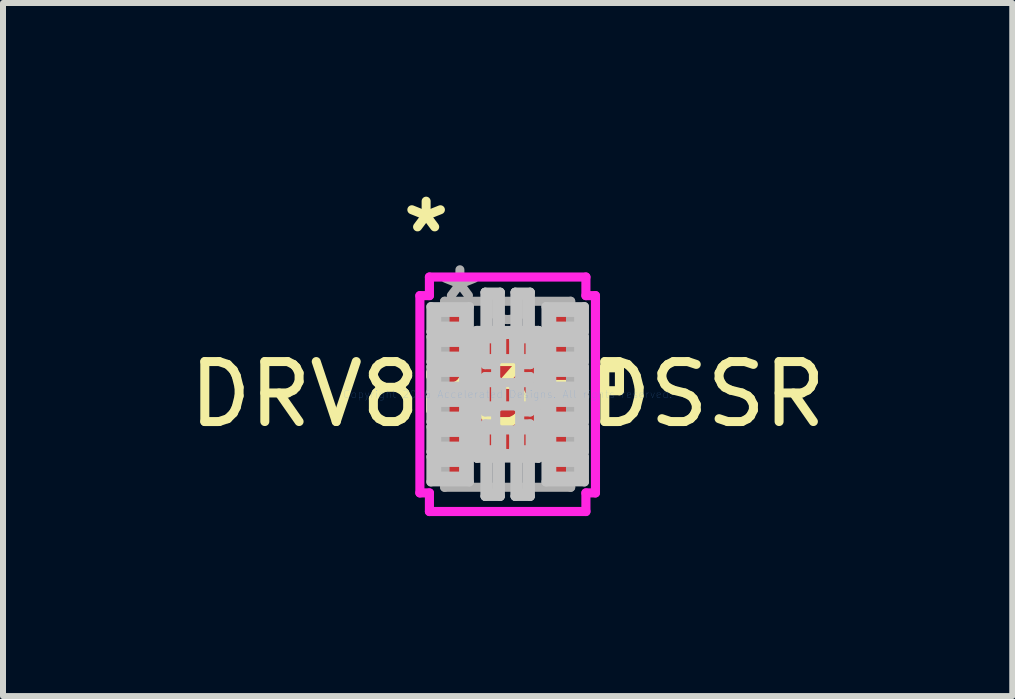
<source format=kicad_pcb>
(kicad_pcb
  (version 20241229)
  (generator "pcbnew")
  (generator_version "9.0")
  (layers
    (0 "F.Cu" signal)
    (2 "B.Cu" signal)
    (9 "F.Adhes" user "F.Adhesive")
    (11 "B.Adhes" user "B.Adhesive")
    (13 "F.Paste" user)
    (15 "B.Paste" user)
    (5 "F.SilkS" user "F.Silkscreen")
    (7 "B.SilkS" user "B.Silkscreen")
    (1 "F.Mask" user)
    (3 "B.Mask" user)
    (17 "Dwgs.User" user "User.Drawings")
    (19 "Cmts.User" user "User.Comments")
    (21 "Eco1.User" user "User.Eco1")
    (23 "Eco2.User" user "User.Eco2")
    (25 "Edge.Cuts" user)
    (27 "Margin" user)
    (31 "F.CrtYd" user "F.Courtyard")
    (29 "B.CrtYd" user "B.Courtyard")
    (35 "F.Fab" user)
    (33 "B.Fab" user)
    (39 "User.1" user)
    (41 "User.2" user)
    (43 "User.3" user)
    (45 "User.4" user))
  (footprint "DRV8835DSSR"
    (layer "F.Cu")
    (at 5.411 3.521)
    (property "Reference" "DRV8835DSSR" (at 0 0 0) (layer "F.SilkS") (effects (font (size 1 1) (thickness 0.15))))
    (attr through_hole)
    (fp_line (start 1.609 -0.441) (end 1.863 -0.441) (stroke (width 0.152) (type solid)) (layer "F.SilkS"))
    (fp_line (start 1.609 -0.059) (end 1.609 -0.441) (stroke (width 0.152) (type solid)) (layer "F.SilkS"))
    (fp_line (start 1.863 -0.441) (end 1.863 -0.059) (stroke (width 0.152) (type solid)) (layer "F.SilkS"))
    (fp_line (start 1.863 -0.059) (end 1.609 -0.059) (stroke (width 0.152) (type solid)) (layer "F.SilkS"))
    (fp_line (start -1.279 -1.46) (end -1.279 -1.04) (stroke (width 0.152) (type solid)) (layer "Dwgs.User"))
    (fp_line (start -1.279 -1.04) (end -0.639 -1.04) (stroke (width 0.152) (type solid)) (layer "Dwgs.User"))
    (fp_line (start -1.279 -0.96) (end -1.279 -0.54) (stroke (width 0.152) (type solid)) (layer "Dwgs.User"))
    (fp_line (start -1.279 -0.54) (end -0.639 -0.54) (stroke (width 0.152) (type solid)) (layer "Dwgs.User"))
    (fp_line (start -1.279 -0.46) (end -1.279 -0.04) (stroke (width 0.152) (type solid)) (layer "Dwgs.User"))
    (fp_line (start -1.279 -0.04) (end -0.639 -0.04) (stroke (width 0.152) (type solid)) (layer "Dwgs.User"))
    (fp_line (start -1.279 0.04) (end -1.279 0.46) (stroke (width 0.152) (type solid)) (layer "Dwgs.User"))
    (fp_line (start -1.279 0.46) (end -0.639 0.46) (stroke (width 0.152) (type solid)) (layer "Dwgs.User"))
    (fp_line (start -1.279 0.54) (end -1.279 0.96) (stroke (width 0.152) (type solid)) (layer "Dwgs.User"))
    (fp_line (start -1.279 0.96) (end -0.639 0.96) (stroke (width 0.152) (type solid)) (layer "Dwgs.User"))
    (fp_line (start -1.279 1.04) (end -1.279 1.46) (stroke (width 0.152) (type solid)) (layer "Dwgs.User"))
    (fp_line (start -1.279 1.46) (end -0.639 1.46) (stroke (width 0.152) (type solid)) (layer "Dwgs.User"))
    (fp_line (start -1.184 -1.365) (end -1.184 -1.135) (stroke (width 0.152) (type solid)) (layer "Dwgs.User"))
    (fp_line (start -1.184 -1.135) (end -0.734 -1.135) (stroke (width 0.152) (type solid)) (layer "Dwgs.User"))
    (fp_line (start -1.184 -0.865) (end -1.184 -0.635) (stroke (width 0.152) (type solid)) (layer "Dwgs.User"))
    (fp_line (start -1.184 -0.635) (end -0.734 -0.635) (stroke (width 0.152) (type solid)) (layer "Dwgs.User"))
    (fp_line (start -1.184 -0.365) (end -1.184 -0.135) (stroke (width 0.152) (type solid)) (layer "Dwgs.User"))
    (fp_line (start -1.184 -0.135) (end -0.734 -0.135) (stroke (width 0.152) (type solid)) (layer "Dwgs.User"))
    (fp_line (start -1.184 0.135) (end -1.184 0.365) (stroke (width 0.152) (type solid)) (layer "Dwgs.User"))
    (fp_line (start -1.184 0.365) (end -0.734 0.365) (stroke (width 0.152) (type solid)) (layer "Dwgs.User"))
    (fp_line (start -1.184 0.635) (end -1.184 0.865) (stroke (width 0.152) (type solid)) (layer "Dwgs.User"))
    (fp_line (start -1.184 0.865) (end -0.734 0.865) (stroke (width 0.152) (type solid)) (layer "Dwgs.User"))
    (fp_line (start -1.184 1.135) (end -1.184 1.365) (stroke (width 0.152) (type solid)) (layer "Dwgs.User"))
    (fp_line (start -1.184 1.365) (end -0.734 1.365) (stroke (width 0.152) (type solid)) (layer "Dwgs.User"))
    (fp_line (start -0.734 -1.365) (end -1.184 -1.365) (stroke (width 0.152) (type solid)) (layer "Dwgs.User"))
    (fp_line (start -0.734 -1.135) (end -0.734 -1.365) (stroke (width 0.152) (type solid)) (layer "Dwgs.User"))
    (fp_line (start -0.734 -0.865) (end -1.184 -0.865) (stroke (width 0.152) (type solid)) (layer "Dwgs.User"))
    (fp_line (start -0.734 -0.635) (end -0.734 -0.865) (stroke (width 0.152) (type solid)) (layer "Dwgs.User"))
    (fp_line (start -0.734 -0.365) (end -1.184 -0.365) (stroke (width 0.152) (type solid)) (layer "Dwgs.User"))
    (fp_line (start -0.734 -0.135) (end -0.734 -0.365) (stroke (width 0.152) (type solid)) (layer "Dwgs.User"))
    (fp_line (start -0.734 0.135) (end -1.184 0.135) (stroke (width 0.152) (type solid)) (layer "Dwgs.User"))
    (fp_line (start -0.734 0.365) (end -0.734 0.135) (stroke (width 0.152) (type solid)) (layer "Dwgs.User"))
    (fp_line (start -0.734 0.635) (end -1.184 0.635) (stroke (width 0.152) (type solid)) (layer "Dwgs.User"))
    (fp_line (start -0.734 0.865) (end -0.734 0.635) (stroke (width 0.152) (type solid)) (layer "Dwgs.User"))
    (fp_line (start -0.734 1.135) (end -1.184 1.135) (stroke (width 0.152) (type solid)) (layer "Dwgs.User"))
    (fp_line (start -0.734 1.365) (end -0.734 1.135) (stroke (width 0.152) (type solid)) (layer "Dwgs.User"))
    (fp_line (start -0.639 -1.46) (end -1.279 -1.46) (stroke (width 0.152) (type solid)) (layer "Dwgs.User"))
    (fp_line (start -0.639 -1.04) (end -0.639 -1.46) (stroke (width 0.152) (type solid)) (layer "Dwgs.User"))
    (fp_line (start -0.639 -0.96) (end -1.279 -0.96) (stroke (width 0.152) (type solid)) (layer "Dwgs.User"))
    (fp_line (start -0.639 -0.54) (end -0.639 -0.96) (stroke (width 0.152) (type solid)) (layer "Dwgs.User"))
    (fp_line (start -0.639 -0.46) (end -1.279 -0.46) (stroke (width 0.152) (type solid)) (layer "Dwgs.User"))
    (fp_line (start -0.639 -0.04) (end -0.639 -0.46) (stroke (width 0.152) (type solid)) (layer "Dwgs.User"))
    (fp_line (start -0.639 0.04) (end -1.279 0.04) (stroke (width 0.152) (type solid)) (layer "Dwgs.User"))
    (fp_line (start -0.639 0.46) (end -0.639 0.04) (stroke (width 0.152) (type solid)) (layer "Dwgs.User"))
    (fp_line (start -0.639 0.54) (end -1.279 0.54) (stroke (width 0.152) (type solid)) (layer "Dwgs.User"))
    (fp_line (start -0.639 0.96) (end -0.639 0.54) (stroke (width 0.152) (type solid)) (layer "Dwgs.User"))
    (fp_line (start -0.639 1.04) (end -1.279 1.04) (stroke (width 0.152) (type solid)) (layer "Dwgs.User"))
    (fp_line (start -0.639 1.46) (end -0.639 1.04) (stroke (width 0.152) (type solid)) (layer "Dwgs.User"))
    (fp_line (start -0.513 -1.063) (end -0.2 -1.063) (stroke (width 0.152) (type solid)) (layer "Dwgs.User"))
    (fp_line (start -0.513 -1.063) (end 0.513 -1.063) (stroke (width 0.152) (type solid)) (layer "Dwgs.User"))
    (fp_line (start -0.513 -0.594) (end -0.513 -1.063) (stroke (width 0.152) (type solid)) (layer "Dwgs.User"))
    (fp_line (start -0.513 -0.194) (end 0.513 -0.194) (stroke (width 0.152) (type solid)) (layer "Dwgs.User"))
    (fp_line (start -0.513 0.194) (end -0.513 -0.194) (stroke (width 0.152) (type solid)) (layer "Dwgs.User"))
    (fp_line (start -0.513 0.594) (end 0.513 0.594) (stroke (width 0.152) (type solid)) (layer "Dwgs.User"))
    (fp_line (start -0.513 1.063) (end -0.513 -1.063) (stroke (width 0.152) (type solid)) (layer "Dwgs.User"))
    (fp_line (start -0.513 1.063) (end -0.513 0.594) (stroke (width 0.152) (type solid)) (layer "Dwgs.User"))
    (fp_line (start -0.375 -0.925) (end -0.375 -0.494) (stroke (width 0.152) (type solid)) (layer "Dwgs.User"))
    (fp_line (start -0.375 -0.494) (end -0.241 -0.494) (stroke (width 0.152) (type solid)) (layer "Dwgs.User"))
    (fp_line (start -0.375 -0.294) (end -0.375 0.294) (stroke (width 0.152) (type solid)) (layer "Dwgs.User"))
    (fp_line (start -0.375 0.294) (end -0.241 0.294) (stroke (width 0.152) (type solid)) (layer "Dwgs.User"))
    (fp_line (start -0.375 0.494) (end -0.375 0.925) (stroke (width 0.152) (type solid)) (layer "Dwgs.User"))
    (fp_line (start -0.375 0.925) (end -0.1 0.925) (stroke (width 0.152) (type solid)) (layer "Dwgs.User"))
    (fp_line (start -0.375 -1.7) (end -0.375 -1) (stroke (width 0.152) (type solid)) (layer "Dwgs.User"))
    (fp_line (start -0.375 -1.7) (end -0.375 -1) (stroke (width 0.152) (type solid)) (layer "Dwgs.User"))
    (fp_line (start -0.375 -1) (end -0.125 -1) (stroke (width 0.152) (type solid)) (layer "Dwgs.User"))
    (fp_line (start -0.375 -1) (end -0.125 -1) (stroke (width 0.152) (type solid)) (layer "Dwgs.User"))
    (fp_line (start -0.375 1) (end -0.125 1) (stroke (width 0.152) (type solid)) (layer "Dwgs.User"))
    (fp_line (start -0.375 1) (end -0.125 1) (stroke (width 0.152) (type solid)) (layer "Dwgs.User"))
    (fp_line (start -0.375 1.7) (end -0.375 1) (stroke (width 0.152) (type solid)) (layer "Dwgs.User"))
    (fp_line (start -0.375 1.7) (end -0.375 1) (stroke (width 0.152) (type solid)) (layer "Dwgs.User"))
    (fp_line (start -0.324 -1.649) (end -0.324 -1.051) (stroke (width 0.152) (type solid)) (layer "Dwgs.User"))
    (fp_line (start -0.324 -1.051) (end -0.176 -1.051) (stroke (width 0.152) (type solid)) (layer "Dwgs.User"))
    (fp_line (start -0.324 1.051) (end -0.176 1.051) (stroke (width 0.152) (type solid)) (layer "Dwgs.User"))
    (fp_line (start -0.324 1.649) (end -0.324 1.051) (stroke (width 0.152) (type solid)) (layer "Dwgs.User"))
    (fp_line (start -0.241 -0.494) (end -0.241 -0.494) (stroke (width 0.152) (type solid)) (layer "Dwgs.User"))
    (fp_line (start -0.241 -0.494) (end -0.1 -0.635) (stroke (width 0.152) (type solid)) (layer "Dwgs.User"))
    (fp_line (start -0.241 -0.294) (end -0.375 -0.294) (stroke (width 0.152) (type solid)) (layer "Dwgs.User"))
    (fp_line (start -0.241 -0.294) (end -0.241 -0.294) (stroke (width 0.152) (type solid)) (layer "Dwgs.User"))
    (fp_line (start -0.241 0.294) (end -0.241 0.294) (stroke (width 0.152) (type solid)) (layer "Dwgs.User"))
    (fp_line (start -0.241 0.294) (end -0.1 0.152) (stroke (width 0.152) (type solid)) (layer "Dwgs.User"))
    (fp_line (start -0.241 0.494) (end -0.375 0.494) (stroke (width 0.152) (type solid)) (layer "Dwgs.User"))
    (fp_line (start -0.241 0.494) (end -0.241 0.494) (stroke (width 0.152) (type solid)) (layer "Dwgs.User"))
    (fp_line (start -0.2 -1.063) (end -0.2 1.063) (stroke (width 0.152) (type solid)) (layer "Dwgs.User"))
    (fp_line (start -0.2 1.063) (end -0.513 1.063) (stroke (width 0.152) (type solid)) (layer "Dwgs.User"))
    (fp_line (start -0.176 -1.649) (end -0.324 -1.649) (stroke (width 0.152) (type solid)) (layer "Dwgs.User"))
    (fp_line (start -0.176 -1.051) (end -0.176 -1.649) (stroke (width 0.152) (type solid)) (layer "Dwgs.User"))
    (fp_line (start -0.176 1.051) (end -0.176 1.649) (stroke (width 0.152) (type solid)) (layer "Dwgs.User"))
    (fp_line (start -0.176 1.649) (end -0.324 1.649) (stroke (width 0.152) (type solid)) (layer "Dwgs.User"))
    (fp_line (start -0.125 -1.7) (end -0.375 -1.7) (stroke (width 0.152) (type solid)) (layer "Dwgs.User"))
    (fp_line (start -0.125 -1.7) (end -0.375 -1.7) (stroke (width 0.152) (type solid)) (layer "Dwgs.User"))
    (fp_line (start -0.125 -1) (end -0.125 -1.7) (stroke (width 0.152) (type solid)) (layer "Dwgs.User"))
    (fp_line (start -0.125 -1) (end -0.125 -1.7) (stroke (width 0.152) (type solid)) (layer "Dwgs.User"))
    (fp_line (start -0.125 1) (end -0.125 1.7) (stroke (width 0.152) (type solid)) (layer "Dwgs.User"))
    (fp_line (start -0.125 1) (end -0.125 1.7) (stroke (width 0.152) (type solid)) (layer "Dwgs.User"))
    (fp_line (start -0.125 1.7) (end -0.375 1.7) (stroke (width 0.152) (type solid)) (layer "Dwgs.User"))
    (fp_line (start -0.125 1.7) (end -0.375 1.7) (stroke (width 0.152) (type solid)) (layer "Dwgs.User"))
    (fp_line (start -0.1 -0.925) (end -0.375 -0.925) (stroke (width 0.152) (type solid)) (layer "Dwgs.User"))
    (fp_line (start -0.1 -0.635) (end -0.1 -0.925) (stroke (width 0.152) (type solid)) (layer "Dwgs.User"))
    (fp_line (start -0.1 -0.635) (end -0.1 -0.635) (stroke (width 0.152) (type solid)) (layer "Dwgs.User"))
    (fp_line (start -0.1 -0.152) (end -0.241 -0.294) (stroke (width 0.152) (type solid)) (layer "Dwgs.User"))
    (fp_line (start -0.1 -0.152) (end -0.1 -0.152) (stroke (width 0.152) (type solid)) (layer "Dwgs.User"))
    (fp_line (start -0.1 0.152) (end -0.1 -0.152) (stroke (width 0.152) (type solid)) (layer "Dwgs.User"))
    (fp_line (start -0.1 0.152) (end -0.1 0.152) (stroke (width 0.152) (type solid)) (layer "Dwgs.User"))
    (fp_line (start -0.1 0.635) (end -0.241 0.494) (stroke (width 0.152) (type solid)) (layer "Dwgs.User"))
    (fp_line (start -0.1 0.635) (end -0.1 0.635) (stroke (width 0.152) (type solid)) (layer "Dwgs.User"))
    (fp_line (start -0.1 0.925) (end -0.1 0.635) (stroke (width 0.152) (type solid)) (layer "Dwgs.User"))
    (fp_line (start 0 -1) (end 0 -1) (stroke (width 0.152) (type solid)) (layer "Dwgs.User"))
    (fp_line (start 0 -1) (end 0 -1) (stroke (width 0.152) (type solid)) (layer "Dwgs.User"))
    (fp_line (start 0 -1) (end 0 -1) (stroke (width 0.152) (type solid)) (layer "Dwgs.User"))
    (fp_line (start 0 -1) (end 0 -1) (stroke (width 0.152) (type solid)) (layer "Dwgs.User"))
    (fp_line (start 0 -1) (end 0 -1) (stroke (width 0.152) (type solid)) (layer "Dwgs.User"))
    (fp_line (start 0 -1) (end 0 -1) (stroke (width 0.152) (type solid)) (layer "Dwgs.User"))
    (fp_line (start 0 -1) (end 0 -1) (stroke (width 0.152) (type solid)) (layer "Dwgs.User"))
    (fp_line (start 0 -1) (end 0 -1) (stroke (width 0.152) (type solid)) (layer "Dwgs.User"))
    (fp_line (start 0 -1) (end 0 -1) (stroke (width 0.152) (type solid)) (layer "Dwgs.User"))
    (fp_line (start 0 -1) (end 0 -1) (stroke (width 0.152) (type solid)) (layer "Dwgs.User"))
    (fp_line (start 0 -1) (end 0 -1) (stroke (width 0.152) (type solid)) (layer "Dwgs.User"))
    (fp_line (start 0 -1) (end 0 -1) (stroke (width 0.152) (type solid)) (layer "Dwgs.User"))
    (fp_line (start 0 -1) (end 0 -1) (stroke (width 0.152) (type solid)) (layer "Dwgs.User"))
    (fp_line (start 0 -1) (end 0 -1) (stroke (width 0.152) (type solid)) (layer "Dwgs.User"))
    (fp_line (start 0 -1) (end 0 -1) (stroke (width 0.152) (type solid)) (layer "Dwgs.User"))
    (fp_line (start 0 -1) (end 0 -1) (stroke (width 0.152) (type solid)) (layer "Dwgs.User"))
    (fp_line (start 0 -1) (end 0 -1) (stroke (width 0.152) (type solid)) (layer "Dwgs.User"))
    (fp_line (start 0 -1) (end 0 -1) (stroke (width 0.152) (type solid)) (layer "Dwgs.User"))
    (fp_line (start 0 -1) (end 0 -1) (stroke (width 0.152) (type solid)) (layer "Dwgs.User"))
    (fp_line (start 0 -1) (end 0 -1) (stroke (width 0.152) (type solid)) (layer "Dwgs.User"))
    (fp_line (start 0 -1) (end 0 -1) (stroke (width 0.152) (type solid)) (layer "Dwgs.User"))
    (fp_line (start 0 -1) (end 0 -1) (stroke (width 0.152) (type solid)) (layer "Dwgs.User"))
    (fp_line (start 0 -1) (end 0 -1) (stroke (width 0.152) (type solid)) (layer "Dwgs.User"))
    (fp_line (start 0 -1) (end 0 -1) (stroke (width 0.152) (type solid)) (layer "Dwgs.User"))
    (fp_line (start 0 1) (end 0 1) (stroke (width 0.152) (type solid)) (layer "Dwgs.User"))
    (fp_line (start 0 1) (end 0 1) (stroke (width 0.152) (type solid)) (layer "Dwgs.User"))
    (fp_line (start 0 1) (end 0 1) (stroke (width 0.152) (type solid)) (layer "Dwgs.User"))
    (fp_line (start 0 1) (end 0 1) (stroke (width 0.152) (type solid)) (layer "Dwgs.User"))
    (fp_line (start 0 1) (end 0 1) (stroke (width 0.152) (type solid)) (layer "Dwgs.User"))
    (fp_line (start 0 1) (end 0 1) (stroke (width 0.152) (type solid)) (layer "Dwgs.User"))
    (fp_line (start 0 1) (end 0 1) (stroke (width 0.152) (type solid)) (layer "Dwgs.User"))
    (fp_line (start 0 1) (end 0 1) (stroke (width 0.152) (type solid)) (layer "Dwgs.User"))
    (fp_line (start 0 1) (end 0 1) (stroke (width 0.152) (type solid)) (layer "Dwgs.User"))
    (fp_line (start 0 1) (end 0 1) (stroke (width 0.152) (type solid)) (layer "Dwgs.User"))
    (fp_line (start 0 1) (end 0 1) (stroke (width 0.152) (type solid)) (layer "Dwgs.User"))
    (fp_line (start 0 1) (end 0 1) (stroke (width 0.152) (type solid)) (layer "Dwgs.User"))
    (fp_line (start 0 1) (end 0 1) (stroke (width 0.152) (type solid)) (layer "Dwgs.User"))
    (fp_line (start 0 1) (end 0 1) (stroke (width 0.152) (type solid)) (layer "Dwgs.User"))
    (fp_line (start 0 1) (end 0 1) (stroke (width 0.152) (type solid)) (layer "Dwgs.User"))
    (fp_line (start 0 1) (end 0 1) (stroke (width 0.152) (type solid)) (layer "Dwgs.User"))
    (fp_line (start 0 1) (end 0 1) (stroke (width 0.152) (type solid)) (layer "Dwgs.User"))
    (fp_line (start 0 1) (end 0 1) (stroke (width 0.152) (type solid)) (layer "Dwgs.User"))
    (fp_line (start 0 1) (end 0 1) (stroke (width 0.152) (type solid)) (layer "Dwgs.User"))
    (fp_line (start 0 1) (end 0 1) (stroke (width 0.152) (type solid)) (layer "Dwgs.User"))
    (fp_line (start 0 1) (end 0 1) (stroke (width 0.152) (type solid)) (layer "Dwgs.User"))
    (fp_line (start 0 1) (end 0 1) (stroke (width 0.152) (type solid)) (layer "Dwgs.User"))
    (fp_line (start 0 1) (end 0 1) (stroke (width 0.152) (type solid)) (layer "Dwgs.User"))
    (fp_line (start 0 1) (end 0 1) (stroke (width 0.152) (type solid)) (layer "Dwgs.User"))
    (fp_line (start 0.1 -0.925) (end 0.1 -0.635) (stroke (width 0.152) (type solid)) (layer "Dwgs.User"))
    (fp_line (start 0.1 -0.635) (end 0.1 -0.635) (stroke (width 0.152) (type solid)) (layer "Dwgs.User"))
    (fp_line (start 0.1 -0.635) (end 0.241 -0.494) (stroke (width 0.152) (type solid)) (layer "Dwgs.User"))
    (fp_line (start 0.1 -0.152) (end 0.1 -0.152) (stroke (width 0.152) (type solid)) (layer "Dwgs.User"))
    (fp_line (start 0.1 -0.152) (end 0.1 0.152) (stroke (width 0.152) (type solid)) (layer "Dwgs.User"))
    (fp_line (start 0.1 0.152) (end 0.1 0.152) (stroke (width 0.152) (type solid)) (layer "Dwgs.User"))
    (fp_line (start 0.1 0.152) (end 0.241 0.294) (stroke (width 0.152) (type solid)) (layer "Dwgs.User"))
    (fp_line (start 0.1 0.635) (end 0.1 0.635) (stroke (width 0.152) (type solid)) (layer "Dwgs.User"))
    (fp_line (start 0.1 0.635) (end 0.1 0.925) (stroke (width 0.152) (type solid)) (layer "Dwgs.User"))
    (fp_line (start 0.1 0.925) (end 0.375 0.925) (stroke (width 0.152) (type solid)) (layer "Dwgs.User"))
    (fp_line (start 0.125 -1.7) (end 0.375 -1.7) (stroke (width 0.152) (type solid)) (layer "Dwgs.User"))
    (fp_line (start 0.125 -1.7) (end 0.375 -1.7) (stroke (width 0.152) (type solid)) (layer "Dwgs.User"))
    (fp_line (start 0.125 -1) (end 0.125 -1.7) (stroke (width 0.152) (type solid)) (layer "Dwgs.User"))
    (fp_line (start 0.125 -1) (end 0.125 -1.7) (stroke (width 0.152) (type solid)) (layer "Dwgs.User"))
    (fp_line (start 0.125 1) (end 0.125 1.7) (stroke (width 0.152) (type solid)) (layer "Dwgs.User"))
    (fp_line (start 0.125 1) (end 0.125 1.7) (stroke (width 0.152) (type solid)) (layer "Dwgs.User"))
    (fp_line (start 0.125 1.7) (end 0.375 1.7) (stroke (width 0.152) (type solid)) (layer "Dwgs.User"))
    (fp_line (start 0.125 1.7) (end 0.375 1.7) (stroke (width 0.152) (type solid)) (layer "Dwgs.User"))
    (fp_line (start 0.176 -1.649) (end 0.324 -1.649) (stroke (width 0.152) (type solid)) (layer "Dwgs.User"))
    (fp_line (start 0.176 -1.051) (end 0.176 -1.649) (stroke (width 0.152) (type solid)) (layer "Dwgs.User"))
    (fp_line (start 0.176 1.051) (end 0.176 1.649) (stroke (width 0.152) (type solid)) (layer "Dwgs.User"))
    (fp_line (start 0.176 1.649) (end 0.324 1.649) (stroke (width 0.152) (type solid)) (layer "Dwgs.User"))
    (fp_line (start 0.2 -1.063) (end 0.513 -1.063) (stroke (width 0.152) (type solid)) (layer "Dwgs.User"))
    (fp_line (start 0.2 1.063) (end 0.2 -1.063) (stroke (width 0.152) (type solid)) (layer "Dwgs.User"))
    (fp_line (start 0.241 -0.494) (end 0.241 -0.494) (stroke (width 0.152) (type solid)) (layer "Dwgs.User"))
    (fp_line (start 0.241 -0.494) (end 0.375 -0.494) (stroke (width 0.152) (type solid)) (layer "Dwgs.User"))
    (fp_line (start 0.241 -0.294) (end 0.1 -0.152) (stroke (width 0.152) (type solid)) (layer "Dwgs.User"))
    (fp_line (start 0.241 -0.294) (end 0.241 -0.294) (stroke (width 0.152) (type solid)) (layer "Dwgs.User"))
    (fp_line (start 0.241 0.294) (end 0.241 0.294) (stroke (width 0.152) (type solid)) (layer "Dwgs.User"))
    (fp_line (start 0.241 0.294) (end 0.375 0.294) (stroke (width 0.152) (type solid)) (layer "Dwgs.User"))
    (fp_line (start 0.241 0.494) (end 0.1 0.635) (stroke (width 0.152) (type solid)) (layer "Dwgs.User"))
    (fp_line (start 0.241 0.494) (end 0.241 0.494) (stroke (width 0.152) (type solid)) (layer "Dwgs.User"))
    (fp_line (start 0.324 -1.649) (end 0.324 -1.051) (stroke (width 0.152) (type solid)) (layer "Dwgs.User"))
    (fp_line (start 0.324 -1.051) (end 0.176 -1.051) (stroke (width 0.152) (type solid)) (layer "Dwgs.User"))
    (fp_line (start 0.324 1.051) (end 0.176 1.051) (stroke (width 0.152) (type solid)) (layer "Dwgs.User"))
    (fp_line (start 0.324 1.649) (end 0.324 1.051) (stroke (width 0.152) (type solid)) (layer "Dwgs.User"))
    (fp_line (start 0.375 -1.7) (end 0.375 -1) (stroke (width 0.152) (type solid)) (layer "Dwgs.User"))
    (fp_line (start 0.375 -1.7) (end 0.375 -1) (stroke (width 0.152) (type solid)) (layer "Dwgs.User"))
    (fp_line (start 0.375 -1) (end 0.125 -1) (stroke (width 0.152) (type solid)) (layer "Dwgs.User"))
    (fp_line (start 0.375 -1) (end 0.125 -1) (stroke (width 0.152) (type solid)) (layer "Dwgs.User"))
    (fp_line (start 0.375 1) (end 0.125 1) (stroke (width 0.152) (type solid)) (layer "Dwgs.User"))
    (fp_line (start 0.375 1) (end 0.125 1) (stroke (width 0.152) (type solid)) (layer "Dwgs.User"))
    (fp_line (start 0.375 1.7) (end 0.375 1) (stroke (width 0.152) (type solid)) (layer "Dwgs.User"))
    (fp_line (start 0.375 1.7) (end 0.375 1) (stroke (width 0.152) (type solid)) (layer "Dwgs.User"))
    (fp_line (start 0.375 -0.925) (end 0.1 -0.925) (stroke (width 0.152) (type solid)) (layer "Dwgs.User"))
    (fp_line (start 0.375 -0.494) (end 0.375 -0.925) (stroke (width 0.152) (type solid)) (layer "Dwgs.User"))
    (fp_line (start 0.375 -0.294) (end 0.241 -0.294) (stroke (width 0.152) (type solid)) (layer "Dwgs.User"))
    (fp_line (start 0.375 0.294) (end 0.375 -0.294) (stroke (width 0.152) (type solid)) (layer "Dwgs.User"))
    (fp_line (start 0.375 0.494) (end 0.241 0.494) (stroke (width 0.152) (type solid)) (layer "Dwgs.User"))
    (fp_line (start 0.375 0.925) (end 0.375 0.494) (stroke (width 0.152) (type solid)) (layer "Dwgs.User"))
    (fp_line (start 0.513 -1.063) (end 0.513 -0.594) (stroke (width 0.152) (type solid)) (layer "Dwgs.User"))
    (fp_line (start 0.513 -1.063) (end 0.513 1.063) (stroke (width 0.152) (type solid)) (layer "Dwgs.User"))
    (fp_line (start 0.513 -0.594) (end -0.513 -0.594) (stroke (width 0.152) (type solid)) (layer "Dwgs.User"))
    (fp_line (start 0.513 -0.194) (end 0.513 0.194) (stroke (width 0.152) (type solid)) (layer "Dwgs.User"))
    (fp_line (start 0.513 0.194) (end -0.513 0.194) (stroke (width 0.152) (type solid)) (layer "Dwgs.User"))
    (fp_line (start 0.513 0.594) (end 0.513 1.063) (stroke (width 0.152) (type solid)) (layer "Dwgs.User"))
    (fp_line (start 0.513 1.063) (end -0.513 1.063) (stroke (width 0.152) (type solid)) (layer "Dwgs.User"))
    (fp_line (start 0.513 1.063) (end 0.2 1.063) (stroke (width 0.152) (type solid)) (layer "Dwgs.User"))
    (fp_line (start 0.639 -1.46) (end 0.639 -1.04) (stroke (width 0.152) (type solid)) (layer "Dwgs.User"))
    (fp_line (start 0.639 -1.04) (end 1.279 -1.04) (stroke (width 0.152) (type solid)) (layer "Dwgs.User"))
    (fp_line (start 0.639 -0.96) (end 0.639 -0.54) (stroke (width 0.152) (type solid)) (layer "Dwgs.User"))
    (fp_line (start 0.639 -0.54) (end 1.279 -0.54) (stroke (width 0.152) (type solid)) (layer "Dwgs.User"))
    (fp_line (start 0.639 -0.46) (end 0.639 -0.04) (stroke (width 0.152) (type solid)) (layer "Dwgs.User"))
    (fp_line (start 0.639 -0.04) (end 1.279 -0.04) (stroke (width 0.152) (type solid)) (layer "Dwgs.User"))
    (fp_line (start 0.639 0.04) (end 0.639 0.46) (stroke (width 0.152) (type solid)) (layer "Dwgs.User"))
    (fp_line (start 0.639 0.46) (end 1.279 0.46) (stroke (width 0.152) (type solid)) (layer "Dwgs.User"))
    (fp_line (start 0.639 0.54) (end 0.639 0.96) (stroke (width 0.152) (type solid)) (layer "Dwgs.User"))
    (fp_line (start 0.639 0.96) (end 1.279 0.96) (stroke (width 0.152) (type solid)) (layer "Dwgs.User"))
    (fp_line (start 0.639 1.04) (end 0.639 1.46) (stroke (width 0.152) (type solid)) (layer "Dwgs.User"))
    (fp_line (start 0.639 1.46) (end 1.279 1.46) (stroke (width 0.152) (type solid)) (layer "Dwgs.User"))
    (fp_line (start 0.734 -1.365) (end 0.734 -1.135) (stroke (width 0.152) (type solid)) (layer "Dwgs.User"))
    (fp_line (start 0.734 -1.135) (end 1.184 -1.135) (stroke (width 0.152) (type solid)) (layer "Dwgs.User"))
    (fp_line (start 0.734 -0.865) (end 0.734 -0.635) (stroke (width 0.152) (type solid)) (layer "Dwgs.User"))
    (fp_line (start 0.734 -0.635) (end 1.184 -0.635) (stroke (width 0.152) (type solid)) (layer "Dwgs.User"))
    (fp_line (start 0.734 -0.365) (end 0.734 -0.135) (stroke (width 0.152) (type solid)) (layer "Dwgs.User"))
    (fp_line (start 0.734 -0.135) (end 1.184 -0.135) (stroke (width 0.152) (type solid)) (layer "Dwgs.User"))
    (fp_line (start 0.734 0.135) (end 0.734 0.365) (stroke (width 0.152) (type solid)) (layer "Dwgs.User"))
    (fp_line (start 0.734 0.365) (end 1.184 0.365) (stroke (width 0.152) (type solid)) (layer "Dwgs.User"))
    (fp_line (start 0.734 0.635) (end 0.734 0.865) (stroke (width 0.152) (type solid)) (layer "Dwgs.User"))
    (fp_line (start 0.734 0.865) (end 1.184 0.865) (stroke (width 0.152) (type solid)) (layer "Dwgs.User"))
    (fp_line (start 0.734 1.135) (end 0.734 1.365) (stroke (width 0.152) (type solid)) (layer "Dwgs.User"))
    (fp_line (start 0.734 1.365) (end 1.184 1.365) (stroke (width 0.152) (type solid)) (layer "Dwgs.User"))
    (fp_line (start 1.184 -1.365) (end 0.734 -1.365) (stroke (width 0.152) (type solid)) (layer "Dwgs.User"))
    (fp_line (start 1.184 -1.135) (end 1.184 -1.365) (stroke (width 0.152) (type solid)) (layer "Dwgs.User"))
    (fp_line (start 1.184 -0.865) (end 0.734 -0.865) (stroke (width 0.152) (type solid)) (layer "Dwgs.User"))
    (fp_line (start 1.184 -0.635) (end 1.184 -0.865) (stroke (width 0.152) (type solid)) (layer "Dwgs.User"))
    (fp_line (start 1.184 -0.365) (end 0.734 -0.365) (stroke (width 0.152) (type solid)) (layer "Dwgs.User"))
    (fp_line (start 1.184 -0.135) (end 1.184 -0.365) (stroke (width 0.152) (type solid)) (layer "Dwgs.User"))
    (fp_line (start 1.184 0.135) (end 0.734 0.135) (stroke (width 0.152) (type solid)) (layer "Dwgs.User"))
    (fp_line (start 1.184 0.365) (end 1.184 0.135) (stroke (width 0.152) (type solid)) (layer "Dwgs.User"))
    (fp_line (start 1.184 0.635) (end 0.734 0.635) (stroke (width 0.152) (type solid)) (layer "Dwgs.User"))
    (fp_line (start 1.184 0.865) (end 1.184 0.635) (stroke (width 0.152) (type solid)) (layer "Dwgs.User"))
    (fp_line (start 1.184 1.135) (end 0.734 1.135) (stroke (width 0.152) (type solid)) (layer "Dwgs.User"))
    (fp_line (start 1.184 1.365) (end 1.184 1.135) (stroke (width 0.152) (type solid)) (layer "Dwgs.User"))
    (fp_line (start 1.279 -1.46) (end 0.639 -1.46) (stroke (width 0.152) (type solid)) (layer "Dwgs.User"))
    (fp_line (start 1.279 -1.04) (end 1.279 -1.46) (stroke (width 0.152) (type solid)) (layer "Dwgs.User"))
    (fp_line (start 1.279 -0.96) (end 0.639 -0.96) (stroke (width 0.152) (type solid)) (layer "Dwgs.User"))
    (fp_line (start 1.279 -0.54) (end 1.279 -0.96) (stroke (width 0.152) (type solid)) (layer "Dwgs.User"))
    (fp_line (start 1.279 -0.46) (end 0.639 -0.46) (stroke (width 0.152) (type solid)) (layer "Dwgs.User"))
    (fp_line (start 1.279 -0.04) (end 1.279 -0.46) (stroke (width 0.152) (type solid)) (layer "Dwgs.User"))
    (fp_line (start 1.279 0.04) (end 0.639 0.04) (stroke (width 0.152) (type solid)) (layer "Dwgs.User"))
    (fp_line (start 1.279 0.46) (end 1.279 0.04) (stroke (width 0.152) (type solid)) (layer "Dwgs.User"))
    (fp_line (start 1.279 0.54) (end 0.639 0.54) (stroke (width 0.152) (type solid)) (layer "Dwgs.User"))
    (fp_line (start 1.279 0.96) (end 1.279 0.54) (stroke (width 0.152) (type solid)) (layer "Dwgs.User"))
    (fp_line (start 1.279 1.04) (end 0.639 1.04) (stroke (width 0.152) (type solid)) (layer "Dwgs.User"))
    (fp_line (start 1.279 1.46) (end 1.279 1.04) (stroke (width 0.152) (type solid)) (layer "Dwgs.User"))
    (fp_circle (center 0 -0.394) (end 0.191 -0.394) (stroke (width 0.152) (type solid)) (fill no) (layer "Eco1.User"))
    (fp_circle (center 0 0.394) (end 0.191 0.394) (stroke (width 0.152) (type solid)) (fill no) (layer "Eco1.User"))
    (fp_line (start -1.463 -1.644) (end -1.304 -1.644) (stroke (width 0.152) (type solid)) (layer "F.CrtYd"))
    (fp_line (start -1.463 1.644) (end -1.463 -1.644) (stroke (width 0.152) (type solid)) (layer "F.CrtYd"))
    (fp_line (start -1.304 -1.954) (end 1.304 -1.954) (stroke (width 0.152) (type solid)) (layer "F.CrtYd"))
    (fp_line (start -1.304 -1.644) (end -1.304 -1.954) (stroke (width 0.152) (type solid)) (layer "F.CrtYd"))
    (fp_line (start -1.304 1.644) (end -1.463 1.644) (stroke (width 0.152) (type solid)) (layer "F.CrtYd"))
    (fp_line (start -1.304 1.954) (end -1.304 1.644) (stroke (width 0.152) (type solid)) (layer "F.CrtYd"))
    (fp_line (start 1.304 -1.954) (end 1.304 -1.644) (stroke (width 0.152) (type solid)) (layer "F.CrtYd"))
    (fp_line (start 1.304 -1.644) (end 1.463 -1.644) (stroke (width 0.152) (type solid)) (layer "F.CrtYd"))
    (fp_line (start 1.304 1.644) (end 1.304 1.954) (stroke (width 0.152) (type solid)) (layer "F.CrtYd"))
    (fp_line (start 1.304 1.954) (end -1.304 1.954) (stroke (width 0.152) (type solid)) (layer "F.CrtYd"))
    (fp_line (start 1.463 -1.644) (end 1.463 1.644) (stroke (width 0.152) (type solid)) (layer "F.CrtYd"))
    (fp_line (start 1.463 1.644) (end 1.304 1.644) (stroke (width 0.152) (type solid)) (layer "F.CrtYd"))
    (fp_line (start -1.05 -1.55) (end -1.05 1.55) (stroke (width 0.152) (type solid)) (layer "F.Fab"))
    (fp_line (start -1.05 -1.4) (end -1.05 -1.4) (stroke (width 0.152) (type solid)) (layer "F.Fab"))
    (fp_line (start -1.05 -1.4) (end -1.05 -1.1) (stroke (width 0.152) (type solid)) (layer "F.Fab"))
    (fp_line (start -1.05 -1.1) (end -1.05 -1.4) (stroke (width 0.152) (type solid)) (layer "F.Fab"))
    (fp_line (start -1.05 -1.1) (end -1.05 -1.1) (stroke (width 0.152) (type solid)) (layer "F.Fab"))
    (fp_line (start -1.05 -0.9) (end -1.05 -0.9) (stroke (width 0.152) (type solid)) (layer "F.Fab"))
    (fp_line (start -1.05 -0.9) (end -1.05 -0.6) (stroke (width 0.152) (type solid)) (layer "F.Fab"))
    (fp_line (start -1.05 -0.6) (end -1.05 -0.9) (stroke (width 0.152) (type solid)) (layer "F.Fab"))
    (fp_line (start -1.05 -0.6) (end -1.05 -0.6) (stroke (width 0.152) (type solid)) (layer "F.Fab"))
    (fp_line (start -1.05 -0.4) (end -1.05 -0.4) (stroke (width 0.152) (type solid)) (layer "F.Fab"))
    (fp_line (start -1.05 -0.4) (end -1.05 -0.1) (stroke (width 0.152) (type solid)) (layer "F.Fab"))
    (fp_line (start -1.05 -0.1) (end -1.05 -0.4) (stroke (width 0.152) (type solid)) (layer "F.Fab"))
    (fp_line (start -1.05 -0.1) (end -1.05 -0.1) (stroke (width 0.152) (type solid)) (layer "F.Fab"))
    (fp_line (start -1.05 0.1) (end -1.05 0.1) (stroke (width 0.152) (type solid)) (layer "F.Fab"))
    (fp_line (start -1.05 0.1) (end -1.05 0.4) (stroke (width 0.152) (type solid)) (layer "F.Fab"))
    (fp_line (start -1.05 0.4) (end -1.05 0.1) (stroke (width 0.152) (type solid)) (layer "F.Fab"))
    (fp_line (start -1.05 0.4) (end -1.05 0.4) (stroke (width 0.152) (type solid)) (layer "F.Fab"))
    (fp_line (start -1.05 0.6) (end -1.05 0.6) (stroke (width 0.152) (type solid)) (layer "F.Fab"))
    (fp_line (start -1.05 0.6) (end -1.05 0.9) (stroke (width 0.152) (type solid)) (layer "F.Fab"))
    (fp_line (start -1.05 0.9) (end -1.05 0.6) (stroke (width 0.152) (type solid)) (layer "F.Fab"))
    (fp_line (start -1.05 0.9) (end -1.05 0.9) (stroke (width 0.152) (type solid)) (layer "F.Fab"))
    (fp_line (start -1.05 1.1) (end -1.05 1.1) (stroke (width 0.152) (type solid)) (layer "F.Fab"))
    (fp_line (start -1.05 1.1) (end -1.05 1.4) (stroke (width 0.152) (type solid)) (layer "F.Fab"))
    (fp_line (start -1.05 1.4) (end -1.05 1.1) (stroke (width 0.152) (type solid)) (layer "F.Fab"))
    (fp_line (start -1.05 1.4) (end -1.05 1.4) (stroke (width 0.152) (type solid)) (layer "F.Fab"))
    (fp_line (start -1.05 1.55) (end 1.05 1.55) (stroke (width 0.152) (type solid)) (layer "F.Fab"))
    (fp_line (start 1.05 -1.55) (end -1.05 -1.55) (stroke (width 0.152) (type solid)) (layer "F.Fab"))
    (fp_line (start 1.05 -1.4) (end 1.05 -1.4) (stroke (width 0.152) (type solid)) (layer "F.Fab"))
    (fp_line (start 1.05 -1.4) (end 1.05 -1.1) (stroke (width 0.152) (type solid)) (layer "F.Fab"))
    (fp_line (start 1.05 -1.1) (end 1.05 -1.4) (stroke (width 0.152) (type solid)) (layer "F.Fab"))
    (fp_line (start 1.05 -1.1) (end 1.05 -1.1) (stroke (width 0.152) (type solid)) (layer "F.Fab"))
    (fp_line (start 1.05 -0.9) (end 1.05 -0.9) (stroke (width 0.152) (type solid)) (layer "F.Fab"))
    (fp_line (start 1.05 -0.9) (end 1.05 -0.6) (stroke (width 0.152) (type solid)) (layer "F.Fab"))
    (fp_line (start 1.05 -0.6) (end 1.05 -0.9) (stroke (width 0.152) (type solid)) (layer "F.Fab"))
    (fp_line (start 1.05 -0.6) (end 1.05 -0.6) (stroke (width 0.152) (type solid)) (layer "F.Fab"))
    (fp_line (start 1.05 -0.4) (end 1.05 -0.4) (stroke (width 0.152) (type solid)) (layer "F.Fab"))
    (fp_line (start 1.05 -0.4) (end 1.05 -0.1) (stroke (width 0.152) (type solid)) (layer "F.Fab"))
    (fp_line (start 1.05 -0.1) (end 1.05 -0.4) (stroke (width 0.152) (type solid)) (layer "F.Fab"))
    (fp_line (start 1.05 -0.1) (end 1.05 -0.1) (stroke (width 0.152) (type solid)) (layer "F.Fab"))
    (fp_line (start 1.05 0.1) (end 1.05 0.1) (stroke (width 0.152) (type solid)) (layer "F.Fab"))
    (fp_line (start 1.05 0.1) (end 1.05 0.4) (stroke (width 0.152) (type solid)) (layer "F.Fab"))
    (fp_line (start 1.05 0.4) (end 1.05 0.1) (stroke (width 0.152) (type solid)) (layer "F.Fab"))
    (fp_line (start 1.05 0.4) (end 1.05 0.4) (stroke (width 0.152) (type solid)) (layer "F.Fab"))
    (fp_line (start 1.05 0.6) (end 1.05 0.6) (stroke (width 0.152) (type solid)) (layer "F.Fab"))
    (fp_line (start 1.05 0.6) (end 1.05 0.9) (stroke (width 0.152) (type solid)) (layer "F.Fab"))
    (fp_line (start 1.05 0.9) (end 1.05 0.6) (stroke (width 0.152) (type solid)) (layer "F.Fab"))
    (fp_line (start 1.05 0.9) (end 1.05 0.9) (stroke (width 0.152) (type solid)) (layer "F.Fab"))
    (fp_line (start 1.05 1.1) (end 1.05 1.1) (stroke (width 0.152) (type solid)) (layer "F.Fab"))
    (fp_line (start 1.05 1.1) (end 1.05 1.4) (stroke (width 0.152) (type solid)) (layer "F.Fab"))
    (fp_line (start 1.05 1.4) (end 1.05 1.1) (stroke (width 0.152) (type solid)) (layer "F.Fab"))
    (fp_line (start 1.05 1.4) (end 1.05 1.4) (stroke (width 0.152) (type solid)) (layer "F.Fab"))
    (fp_line (start 1.05 1.55) (end 1.05 -1.55) (stroke (width 0.152) (type solid)) (layer "F.Fab"))
    (fp_arc (start 0.3048 -1.549999) (mid 0 -1.245199) (end -0.3048 -1.549999) (stroke (width 0.1524) (type solid)) (layer "F.Fab"))
    (fp_text user "*" (at -1.359 -2.673 0) (layer "F.SilkS") (effects (font (size 1 1) (thickness 0.15))))
    (fp_text user "Copyright 2016 Accelerated Designs. All rights reserved." (at 0 0 0) (layer "Cmts.User") (effects (font (size 0.127 0.127) (thickness 0.002))))
    (fp_text user "*" (at -0.796 -1.53 0) (layer "F.Fab") (effects (font (size 1 1) (thickness 0.15))))
    (pad "1" smd rect (at -0.959 -1.25) (size 0.5 0.28) (layers "F.Cu" "F.Mask" "F.Paste"))
    (pad "2" smd rect (at -0.959 -0.75) (size 0.5 0.28) (layers "F.Cu" "F.Mask" "F.Paste"))
    (pad "3" smd rect (at -0.959 -0.25) (size 0.5 0.28) (layers "F.Cu" "F.Mask" "F.Paste"))
    (pad "4" smd rect (at -0.959 0.25) (size 0.5 0.28) (layers "F.Cu" "F.Mask" "F.Paste"))
    (pad "5" smd rect (at -0.959 0.75) (size 0.5 0.28) (layers "F.Cu" "F.Mask" "F.Paste"))
    (pad "6" smd rect (at -0.959 1.25) (size 0.5 0.28) (layers "F.Cu" "F.Mask" "F.Paste"))
    (pad "7" smd rect (at 0.959 1.25) (size 0.5 0.28) (layers "F.Cu" "F.Mask" "F.Paste"))
    (pad "8" smd rect (at 0.959 0.75) (size 0.5 0.28) (layers "F.Cu" "F.Mask" "F.Paste"))
    (pad "9" smd rect (at 0.959 0.25) (size 0.5 0.28) (layers "F.Cu" "F.Mask" "F.Paste"))
    (pad "10" smd rect (at 0.959 -0.25) (size 0.5 0.28) (layers "F.Cu" "F.Mask" "F.Paste"))
    (pad "11" smd rect (at 0.959 -0.75) (size 0.5 0.28) (layers "F.Cu" "F.Mask" "F.Paste"))
    (pad "12" smd rect (at 0.959 -1.25) (size 0.5 0.28) (layers "F.Cu" "F.Mask" "F.Paste"))
    (pad "13" smd rect (at 0 0) (size 0.9 2) (layers "F.Cu" "F.Mask" "F.Paste")))
  (gr_rect
    (start -3 -3)
    (end 13.821 8.551)
    (stroke (width 0.1) (type default))
    (fill no)
    (layer "Edge.Cuts")))
</source>
